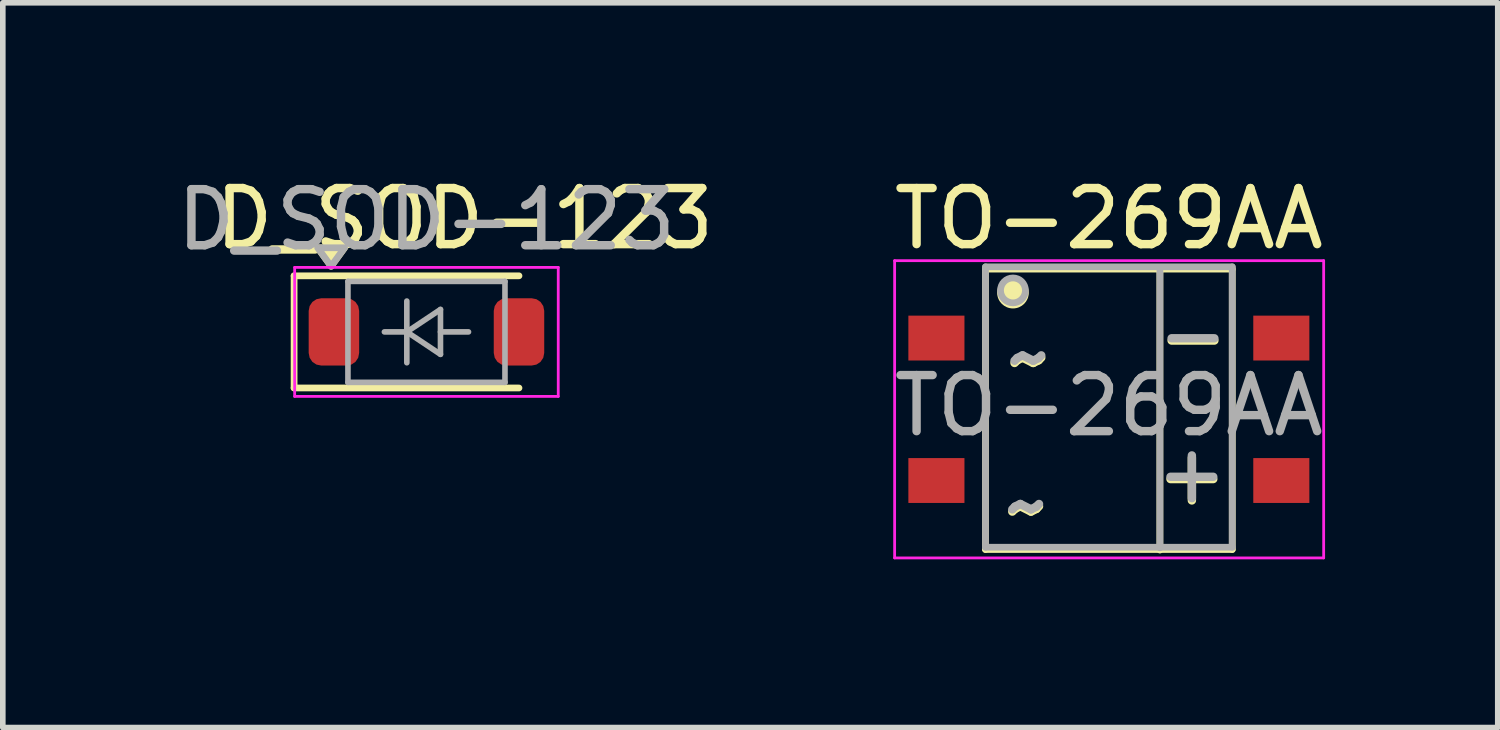
<source format=kicad_pcb>
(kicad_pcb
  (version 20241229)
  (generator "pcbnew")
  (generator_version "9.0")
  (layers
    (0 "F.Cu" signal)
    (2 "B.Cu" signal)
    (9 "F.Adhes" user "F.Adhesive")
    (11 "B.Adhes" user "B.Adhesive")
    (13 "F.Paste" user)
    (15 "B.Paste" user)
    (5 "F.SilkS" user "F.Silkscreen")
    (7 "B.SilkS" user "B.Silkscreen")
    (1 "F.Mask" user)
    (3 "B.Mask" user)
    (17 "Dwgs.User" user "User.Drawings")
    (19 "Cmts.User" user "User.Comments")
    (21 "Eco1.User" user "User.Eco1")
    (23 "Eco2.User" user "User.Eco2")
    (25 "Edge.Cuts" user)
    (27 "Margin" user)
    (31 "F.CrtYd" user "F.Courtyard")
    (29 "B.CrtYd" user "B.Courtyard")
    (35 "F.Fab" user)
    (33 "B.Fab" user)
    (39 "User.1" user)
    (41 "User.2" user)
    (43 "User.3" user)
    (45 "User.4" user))
  (footprint "TO-269AA"
    (layer "F.Cu")
    (at 16.722 4.248)
    (property "Reference" "TO-269AA" (at 0 -3.4 0) (layer "F.SilkS") (effects (font (size 1 1) (thickness 0.15))))
    (attr smd)
    (fp_line (start -2.2 -2.5) (end -2.2 2.5) (stroke (width 0.12) (type solid)) (layer "F.SilkS"))
    (fp_line (start 0.91 -2.49) (end 0.91 2.51) (stroke (width 0.12) (type solid)) (layer "F.SilkS"))
    (fp_line (start 2.2 -2.5) (end -2.2 -2.5) (stroke (width 0.12) (type solid)) (layer "F.SilkS"))
    (fp_line (start 2.2 2.5) (end -2.2 2.5) (stroke (width 0.12) (type solid)) (layer "F.SilkS"))
    (fp_line (start 2.2 2.5) (end 2.2 -2.5) (stroke (width 0.12) (type solid)) (layer "F.SilkS"))
    (fp_circle (center -1.71 -2.08) (end -1.488 -2.08) (stroke (width 0.12) (type solid)) (fill yes) (layer "F.SilkS"))
    (fp_line (start -3.82 -2.65) (end -3.82 2.65) (stroke (width 0.05) (type solid)) (layer "F.CrtYd"))
    (fp_line (start -3.82 -2.65) (end 3.83 -2.65) (stroke (width 0.05) (type solid)) (layer "F.CrtYd"))
    (fp_line (start 3.83 2.65) (end -3.82 2.65) (stroke (width 0.05) (type solid)) (layer "F.CrtYd"))
    (fp_line (start 3.83 2.65) (end 3.83 -2.65) (stroke (width 0.05) (type solid)) (layer "F.CrtYd"))
    (fp_line (start -2.2 -2.54) (end -2.2 2.46) (stroke (width 0.12) (type solid)) (layer "F.Fab"))
    (fp_line (start 0.91 -2.53) (end 0.91 2.47) (stroke (width 0.12) (type solid)) (layer "F.Fab"))
    (fp_line (start 2.2 -2.54) (end -2.2 -2.54) (stroke (width 0.12) (type solid)) (layer "F.Fab"))
    (fp_line (start 2.2 2.46) (end -2.2 2.46) (stroke (width 0.12) (type solid)) (layer "F.Fab"))
    (fp_line (start 2.2 2.46) (end 2.2 -2.54) (stroke (width 0.12) (type solid)) (layer "F.Fab"))
    (fp_circle (center -1.71 -2.12) (end -1.488 -2.12) (stroke (width 0.12) (type solid)) (fill no) (layer "F.Fab"))
    (fp_text user "~" (at -1.46 1.75 0) (unlocked yes) (layer "F.SilkS") (effects (font (size 1 1) (thickness 0.15))))
    (fp_text user "+" (at 1.48 1.17 0) (unlocked yes) (layer "F.SilkS") (effects (font (size 1 1) (thickness 0.15))))
    (fp_text user "-" (at 1.5 -1.3 0) (unlocked yes) (layer "F.SilkS") (effects (font (size 1 1) (thickness 0.15))))
    (fp_text user "~" (at -1.42 -0.9 0) (unlocked yes) (layer "F.SilkS") (effects (font (size 1 1) (thickness 0.15))))
    (fp_text user "+" (at 1.48 1.13 0) (unlocked yes) (layer "F.Fab") (effects (font (size 1 1) (thickness 0.15))))
    (fp_text user "~" (at -1.46 1.71 0) (unlocked yes) (layer "F.Fab") (effects (font (size 1 1) (thickness 0.15))))
    (fp_text user "${REFERENCE}" (at 0 -0.065 0) (layer "F.Fab") (effects (font (size 1 1) (thickness 0.15))))
    (fp_text user "-" (at 1.5 -1.34 0) (unlocked yes) (layer "F.Fab") (effects (font (size 1 1) (thickness 0.15))))
    (fp_text user "~" (at -1.42 -0.94 0) (unlocked yes) (layer "F.Fab") (effects (font (size 1 1) (thickness 0.15))))
    (pad "1" smd rect (at -3.075 -1.27) (size 1 0.8) (layers "F.Cu" "F.Mask" "F.Paste"))
    (pad "2" smd rect (at -3.075 1.27) (size 1 0.8) (layers "F.Cu" "F.Mask" "F.Paste"))
    (pad "3" smd rect (at 3.075 1.27) (size 1 0.8) (layers "F.Cu" "F.Mask" "F.Paste"))
    (pad "4" smd rect (at 3.075 -1.27) (size 1 0.8) (layers "F.Cu" "F.Mask" "F.Paste")))
  (footprint "D_SOD-123"
    (layer "F.Cu")
    (at 4.554 2.868)
    (property "Reference" "D_SOD-123" (at 0.68 -2.02 0) (layer "F.SilkS") (effects (font (size 1 1) (thickness 0.15))))
    (attr smd)
    (fp_line (start -2.36 -1) (end -2.36 1) (stroke (width 0.12) (type solid)) (layer "F.SilkS"))
    (fp_line (start -2.36 -1) (end 1.65 -1) (stroke (width 0.12) (type solid)) (layer "F.SilkS"))
    (fp_line (start -2.36 1) (end 1.65 1) (stroke (width 0.12) (type solid)) (layer "F.SilkS"))
    (fp_poly (pts (xy -1.7 -1.17) (xy -1.94 -1.5) (xy -1.46 -1.5) (xy -1.7 -1.17)) (stroke (width 0.12) (type solid)) (fill yes) (layer "F.SilkS"))
    (fp_line (start -2.35 -1.15) (end -2.35 1.15) (stroke (width 0.05) (type solid)) (layer "F.CrtYd"))
    (fp_line (start -2.35 -1.15) (end 2.35 -1.15) (stroke (width 0.05) (type solid)) (layer "F.CrtYd"))
    (fp_line (start 2.35 -1.15) (end 2.35 1.15) (stroke (width 0.05) (type solid)) (layer "F.CrtYd"))
    (fp_line (start 2.35 1.15) (end -2.35 1.15) (stroke (width 0.05) (type solid)) (layer "F.CrtYd"))
    (fp_line (start -1.4 -0.9) (end 1.4 -0.9) (stroke (width 0.1) (type solid)) (layer "F.Fab"))
    (fp_line (start -1.4 0.9) (end -1.4 -0.9) (stroke (width 0.1) (type solid)) (layer "F.Fab"))
    (fp_line (start -0.75 0) (end -0.35 0) (stroke (width 0.1) (type solid)) (layer "F.Fab"))
    (fp_line (start -0.35 0) (end -0.35 -0.55) (stroke (width 0.1) (type solid)) (layer "F.Fab"))
    (fp_line (start -0.35 0) (end -0.35 0.55) (stroke (width 0.1) (type solid)) (layer "F.Fab"))
    (fp_line (start -0.35 0) (end 0.25 -0.4) (stroke (width 0.1) (type solid)) (layer "F.Fab"))
    (fp_line (start 0.25 -0.4) (end 0.25 0.4) (stroke (width 0.1) (type solid)) (layer "F.Fab"))
    (fp_line (start 0.25 0) (end 0.75 0) (stroke (width 0.1) (type solid)) (layer "F.Fab"))
    (fp_line (start 0.25 0.4) (end -0.35 0) (stroke (width 0.1) (type solid)) (layer "F.Fab"))
    (fp_line (start 1.4 -0.9) (end 1.4 0.9) (stroke (width 0.1) (type solid)) (layer "F.Fab"))
    (fp_line (start 1.4 0.9) (end -1.4 0.9) (stroke (width 0.1) (type solid)) (layer "F.Fab"))
    (fp_poly (pts (xy -1.7 -1.17) (xy -1.94 -1.5) (xy -1.46 -1.5) (xy -1.7 -1.17)) (stroke (width 0.12) (type solid)) (fill no) (layer "F.Fab"))
    (fp_text user "${REFERENCE}" (at 0 -2 0) (layer "F.Fab") (effects (font (size 1 1) (thickness 0.15))))
    (pad "1" smd roundrect (at -1.65 0) (size 0.9 1.2) (layers "F.Cu" "F.Mask" "F.Paste") (roundrect_rratio 0.25))
    (pad "2" smd roundrect (at 1.65 0) (size 0.9 1.2) (layers "F.Cu" "F.Mask" "F.Paste") (roundrect_rratio 0.25)))
  (gr_rect
    (start -3 -3)
    (end 23.656 9.923)
    (stroke (width 0.1) (type default))
    (fill no)
    (layer "Edge.Cuts")))
</source>
